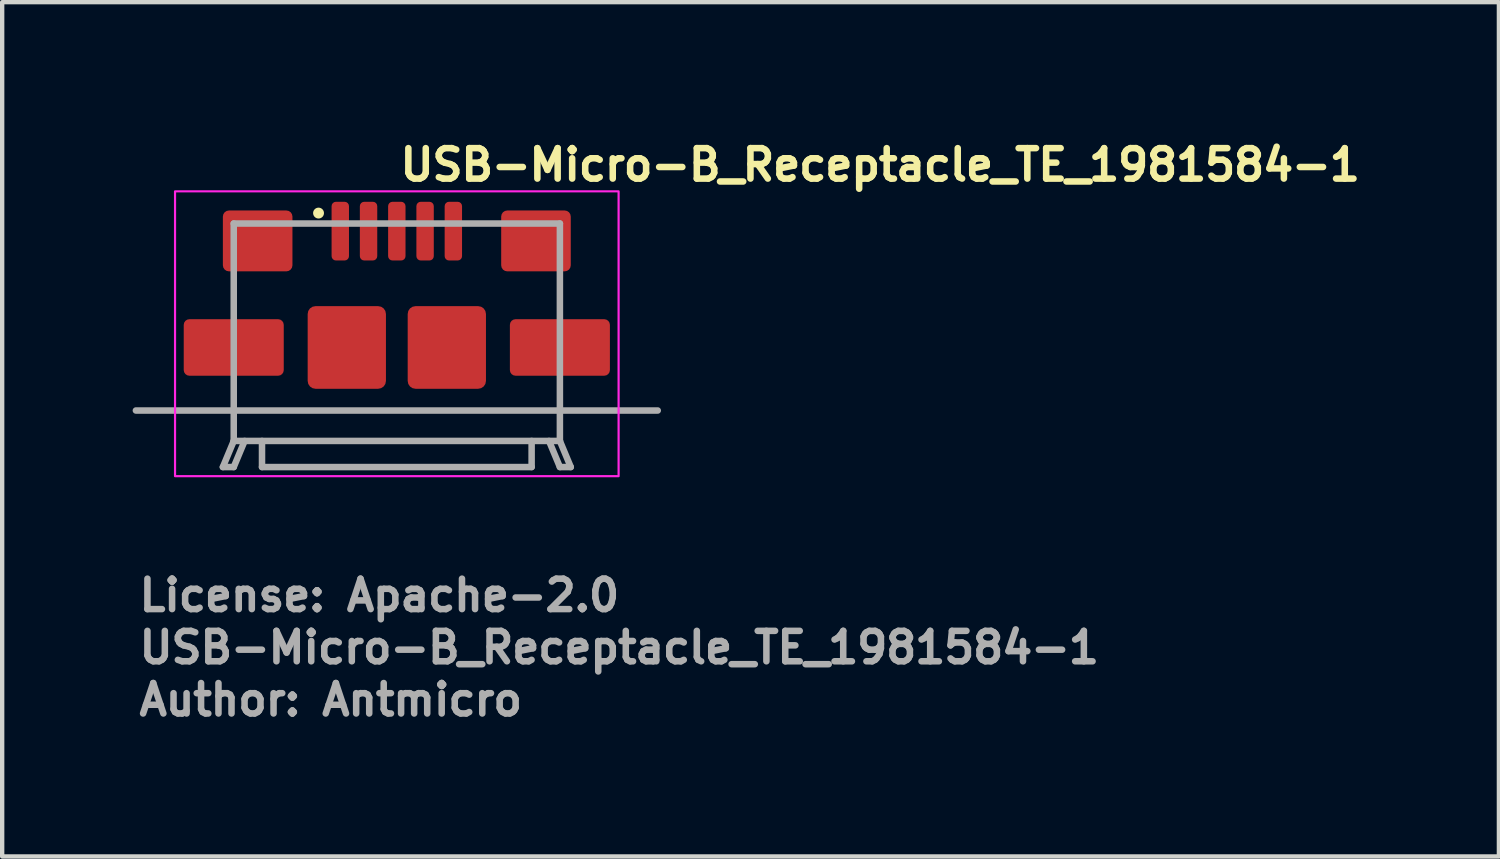
<source format=kicad_pcb>
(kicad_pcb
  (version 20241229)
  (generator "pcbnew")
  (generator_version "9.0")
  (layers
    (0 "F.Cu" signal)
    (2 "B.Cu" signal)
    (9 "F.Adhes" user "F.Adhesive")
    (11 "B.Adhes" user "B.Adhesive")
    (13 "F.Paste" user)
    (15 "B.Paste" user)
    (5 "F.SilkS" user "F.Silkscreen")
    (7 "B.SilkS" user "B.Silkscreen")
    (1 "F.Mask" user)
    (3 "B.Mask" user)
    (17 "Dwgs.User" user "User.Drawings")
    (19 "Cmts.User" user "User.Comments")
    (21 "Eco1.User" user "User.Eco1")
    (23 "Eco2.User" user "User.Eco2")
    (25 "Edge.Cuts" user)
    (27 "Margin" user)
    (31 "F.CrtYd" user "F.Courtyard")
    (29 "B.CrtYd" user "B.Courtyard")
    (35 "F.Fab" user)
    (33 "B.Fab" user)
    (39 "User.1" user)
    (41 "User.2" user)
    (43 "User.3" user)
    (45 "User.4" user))
  (footprint "USB-Micro-B_Receptacle_TE_1981584-1"
    (layer "F.Cu")
    (at 6.075 4.85)
    (property "Reference" "USB-Micro-B_Receptacle_TE_1981584-1" (at 0 -3.7 0) (layer "F.SilkS") (effects (font (size 0.7 0.7) (thickness 0.15)) (justify left bottom)))
    (attr smd)
    (fp_circle (center -1.8 -3) (end -1.75 -3) (stroke (width 0.15) (type solid)) (fill yes) (layer "F.SilkS"))
    (fp_rect (start -5.1 -3.5) (end 5.1 3.05) (stroke (width 0.05) (type solid)) (fill no) (layer "F.CrtYd"))
    (fp_line (start -6 1.54) (end 6 1.54) (stroke (width 0.15) (type solid)) (layer "F.Fab"))
    (fp_line (start -4 2.84) (end -3.75 2.84) (stroke (width 0.15) (type solid)) (layer "F.Fab"))
    (fp_line (start -3.75 -2.76) (end 3.75 -2.76) (stroke (width 0.15) (type solid)) (layer "F.Fab"))
    (fp_line (start -3.75 2.24) (end -4 2.84) (stroke (width 0.15) (type solid)) (layer "F.Fab"))
    (fp_line (start -3.75 2.24) (end -3.75 -2.76) (stroke (width 0.15) (type solid)) (layer "F.Fab"))
    (fp_line (start -3.75 2.84) (end -3.5 2.24) (stroke (width 0.15) (type solid)) (layer "F.Fab"))
    (fp_line (start -3.1 2.24) (end -3.1 2.84) (stroke (width 0.15) (type solid)) (layer "F.Fab"))
    (fp_line (start -3.1 2.84) (end 3.1 2.84) (stroke (width 0.15) (type solid)) (layer "F.Fab"))
    (fp_line (start 3.1 2.84) (end 3.1 2.24) (stroke (width 0.15) (type solid)) (layer "F.Fab"))
    (fp_line (start 3.75 -2.76) (end 3.75 2.24) (stroke (width 0.15) (type solid)) (layer "F.Fab"))
    (fp_line (start 3.75 2.24) (end -3.75 2.24) (stroke (width 0.15) (type solid)) (layer "F.Fab"))
    (fp_line (start 3.75 2.24) (end 4 2.84) (stroke (width 0.15) (type solid)) (layer "F.Fab"))
    (fp_line (start 3.75 2.84) (end 3.5 2.24) (stroke (width 0.15) (type solid)) (layer "F.Fab"))
    (fp_line (start 4 2.84) (end 3.75 2.84) (stroke (width 0.15) (type solid)) (layer "F.Fab"))
    (fp_rect (start -4.4 -2.8) (end 4.4 2.8) (stroke (width 0.1) (type solid)) (fill no) (layer "User.5"))
    (fp_line (start -4.4 -0.2) (end -4.4 0.3) (stroke (width 0.02) (type solid)) (layer "User.9"))
    (fp_line (start -4.4 0.3) (end -4.396 0.339) (stroke (width 0.02) (type solid)) (layer "User.9"))
    (fp_line (start -4.396 -0.239) (end -4.4 -0.2) (stroke (width 0.02) (type solid)) (layer "User.9"))
    (fp_line (start -4.396 0.339) (end -4.385 0.377) (stroke (width 0.02) (type solid)) (layer "User.9"))
    (fp_line (start -4.385 -0.277) (end -4.396 -0.239) (stroke (width 0.02) (type solid)) (layer "User.9"))
    (fp_line (start -4.385 0.377) (end -4.366 0.411) (stroke (width 0.02) (type solid)) (layer "User.9"))
    (fp_line (start -4.366 -0.311) (end -4.385 -0.277) (stroke (width 0.02) (type solid)) (layer "User.9"))
    (fp_line (start -4.366 0.411) (end -4.341 0.441) (stroke (width 0.02) (type solid)) (layer "User.9"))
    (fp_line (start -4.341 -0.341) (end -4.366 -0.311) (stroke (width 0.02) (type solid)) (layer "User.9"))
    (fp_line (start -4.341 0.441) (end -4.311 0.466) (stroke (width 0.02) (type solid)) (layer "User.9"))
    (fp_line (start -4.311 -0.366) (end -4.341 -0.341) (stroke (width 0.02) (type solid)) (layer "User.9"))
    (fp_line (start -4.311 0.466) (end -4.277 0.485) (stroke (width 0.02) (type solid)) (layer "User.9"))
    (fp_line (start -4.277 -0.385) (end -4.311 -0.366) (stroke (width 0.02) (type solid)) (layer "User.9"))
    (fp_line (start -4.277 0.485) (end -4.239 0.496) (stroke (width 0.02) (type solid)) (layer "User.9"))
    (fp_line (start -4.239 -0.396) (end -4.277 -0.385) (stroke (width 0.02) (type solid)) (layer "User.9"))
    (fp_line (start -4.239 0.496) (end -4.2 0.5) (stroke (width 0.02) (type solid)) (layer "User.9"))
    (fp_line (start -4.2 -0.4) (end -4.239 -0.396) (stroke (width 0.02) (type solid)) (layer "User.9"))
    (fp_line (start -4 2.589) (end -3.777 2.79) (stroke (width 0.02) (type solid)) (layer "User.9"))
    (fp_line (start -3.777 2.79) (end -3.527 2.512) (stroke (width 0.02) (type solid)) (layer "User.9"))
    (fp_line (start -3.75 -2.8) (end -3.75 2.2) (stroke (width 0.02) (type solid)) (layer "User.9"))
    (fp_line (start -3.75 -2.8) (end -3.747 -2.8) (stroke (width 0.02) (type solid)) (layer "User.9"))
    (fp_line (start -3.75 -0.4) (end -4.2 -0.4) (stroke (width 0.02) (type solid)) (layer "User.9"))
    (fp_line (start -3.75 0.5) (end -4.2 0.5) (stroke (width 0.02) (type solid)) (layer "User.9"))
    (fp_line (start -3.75 2.2) (end -3.75 2.312) (stroke (width 0.02) (type solid)) (layer "User.9"))
    (fp_line (start -3.75 2.2) (end -3.747 2.2) (stroke (width 0.02) (type solid)) (layer "User.9"))
    (fp_line (start -3.75 2.312) (end -4 2.589) (stroke (width 0.02) (type solid)) (layer "User.9"))
    (fp_line (start -3.747 -2.8) (end -3.737 -2.8) (stroke (width 0.02) (type solid)) (layer "User.9"))
    (fp_line (start -3.747 2.2) (end -3.737 2.2) (stroke (width 0.02) (type solid)) (layer "User.9"))
    (fp_line (start -3.737 -2.8) (end -3.722 -2.8) (stroke (width 0.02) (type solid)) (layer "User.9"))
    (fp_line (start -3.737 2.2) (end -3.722 2.2) (stroke (width 0.02) (type solid)) (layer "User.9"))
    (fp_line (start -3.722 -2.8) (end -3.7 -2.8) (stroke (width 0.02) (type solid)) (layer "User.9"))
    (fp_line (start -3.722 2.2) (end -3.7 2.2) (stroke (width 0.02) (type solid)) (layer "User.9"))
    (fp_line (start -3.7 -2.8) (end -3.673 -2.8) (stroke (width 0.02) (type solid)) (layer "User.9"))
    (fp_line (start -3.7 2.2) (end -3.673 2.2) (stroke (width 0.02) (type solid)) (layer "User.9"))
    (fp_line (start -3.673 -2.8) (end -3.641 -2.8) (stroke (width 0.02) (type solid)) (layer "User.9"))
    (fp_line (start -3.673 2.2) (end -3.641 2.2) (stroke (width 0.02) (type solid)) (layer "User.9"))
    (fp_line (start -3.641 -2.8) (end -3.604 -2.8) (stroke (width 0.02) (type solid)) (layer "User.9"))
    (fp_line (start -3.641 2.2) (end -3.604 2.2) (stroke (width 0.02) (type solid)) (layer "User.9"))
    (fp_line (start -3.604 -2.8) (end -3.562 -2.8) (stroke (width 0.02) (type solid)) (layer "User.9"))
    (fp_line (start -3.604 2.2) (end -3.562 2.2) (stroke (width 0.02) (type solid)) (layer "User.9"))
    (fp_line (start -3.562 -2.8) (end -3.516 -2.8) (stroke (width 0.02) (type solid)) (layer "User.9"))
    (fp_line (start -3.562 2.2) (end -3.516 2.2) (stroke (width 0.02) (type solid)) (layer "User.9"))
    (fp_line (start -3.527 2.512) (end -3.5 2.478) (stroke (width 0.02) (type solid)) (layer "User.9"))
    (fp_line (start -3.516 -2.8) (end -3.467 -2.8) (stroke (width 0.02) (type solid)) (layer "User.9"))
    (fp_line (start -3.516 2.2) (end -3.467 2.2) (stroke (width 0.02) (type solid)) (layer "User.9"))
    (fp_line (start -3.5 2.478) (end -3.479 2.439) (stroke (width 0.02) (type solid)) (layer "User.9"))
    (fp_line (start -3.479 2.439) (end -3.463 2.398) (stroke (width 0.02) (type solid)) (layer "User.9"))
    (fp_line (start -3.467 -2.8) (end -3.415 -2.8) (stroke (width 0.02) (type solid)) (layer "User.9"))
    (fp_line (start -3.467 2.2) (end -3.415 2.2) (stroke (width 0.02) (type solid)) (layer "User.9"))
    (fp_line (start -3.463 2.398) (end -3.453 2.355) (stroke (width 0.02) (type solid)) (layer "User.9"))
    (fp_line (start -3.453 2.355) (end -3.45 2.312) (stroke (width 0.02) (type solid)) (layer "User.9"))
    (fp_line (start -3.45 2.312) (end -3.45 2.2) (stroke (width 0.02) (type solid)) (layer "User.9"))
    (fp_line (start -3.415 -2.8) (end -3.361 -2.8) (stroke (width 0.02) (type solid)) (layer "User.9"))
    (fp_line (start -3.415 2.2) (end -3.361 2.2) (stroke (width 0.02) (type solid)) (layer "User.9"))
    (fp_line (start -3.361 -2.8) (end -3.306 -2.8) (stroke (width 0.02) (type solid)) (layer "User.9"))
    (fp_line (start -3.361 2.2) (end -3.306 2.2) (stroke (width 0.02) (type solid)) (layer "User.9"))
    (fp_line (start -3.306 -2.8) (end -3.25 -2.8) (stroke (width 0.02) (type solid)) (layer "User.9"))
    (fp_line (start -3.306 2.2) (end -3.25 2.2) (stroke (width 0.02) (type solid)) (layer "User.9"))
    (fp_line (start -3.25 -2.8) (end -3.25 2.2) (stroke (width 0.02) (type solid)) (layer "User.9"))
    (fp_line (start -3.25 -2.8) (end -2.849 -2.8) (stroke (width 0.02) (type solid)) (layer "User.9"))
    (fp_line (start -3.25 2.2) (end -3.1 2.2) (stroke (width 0.02) (type solid)) (layer "User.9"))
    (fp_line (start -3.15 -2) (end -3.15 -1.7) (stroke (width 0.02) (type solid)) (layer "User.9"))
    (fp_line (start -3.15 -1.7) (end -1.175 -1.7) (stroke (width 0.02) (type solid)) (layer "User.9"))
    (fp_line (start -3.1 2.2) (end -3.1 2.266) (stroke (width 0.02) (type solid)) (layer "User.9"))
    (fp_line (start -3.1 2.266) (end -3.1 2.599) (stroke (width 0.02) (type solid)) (layer "User.9"))
    (fp_line (start -3.1 2.266) (end 3.1 2.266) (stroke (width 0.02) (type solid)) (layer "User.9"))
    (fp_line (start -3.1 2.599) (end -3.1 2.8) (stroke (width 0.02) (type solid)) (layer "User.9"))
    (fp_line (start -3.1 2.599) (end 3.1 2.599) (stroke (width 0.02) (type solid)) (layer "User.9"))
    (fp_line (start -3.1 2.8) (end 3.1 2.8) (stroke (width 0.02) (type solid)) (layer "User.9"))
    (fp_line (start -2.849 -2.8) (end -2.843 -2.8) (stroke (width 0.02) (type solid)) (layer "User.9"))
    (fp_line (start -2.849 -2) (end -3.15 -2) (stroke (width 0.02) (type solid)) (layer "User.9"))
    (fp_line (start -2.849 -2) (end -2.849 -2.8) (stroke (width 0.02) (type solid)) (layer "User.9"))
    (fp_line (start -2.845 1.15) (end -2.842 1.176) (stroke (width 0.02) (type solid)) (layer "User.9"))
    (fp_line (start -2.843 -2.8) (end -2.837 -2.8) (stroke (width 0.02) (type solid)) (layer "User.9"))
    (fp_line (start -2.843 -2) (end -2.849 -2) (stroke (width 0.02) (type solid)) (layer "User.9"))
    (fp_line (start -2.842 1.124) (end -2.845 1.15) (stroke (width 0.02) (type solid)) (layer "User.9"))
    (fp_line (start -2.842 1.176) (end -2.832 1.2) (stroke (width 0.02) (type solid)) (layer "User.9"))
    (fp_line (start -2.837 -2.8) (end -2.832 -2.8) (stroke (width 0.02) (type solid)) (layer "User.9"))
    (fp_line (start -2.837 -2) (end -2.843 -2) (stroke (width 0.02) (type solid)) (layer "User.9"))
    (fp_line (start -2.832 -2.8) (end -2.826 -2.8) (stroke (width 0.02) (type solid)) (layer "User.9"))
    (fp_line (start -2.832 -2) (end -2.837 -2) (stroke (width 0.02) (type solid)) (layer "User.9"))
    (fp_line (start -2.832 1.1) (end -2.842 1.124) (stroke (width 0.02) (type solid)) (layer "User.9"))
    (fp_line (start -2.832 1.2) (end -2.816 1.221) (stroke (width 0.02) (type solid)) (layer "User.9"))
    (fp_line (start -2.826 -2.8) (end -2.82 -2.8) (stroke (width 0.02) (type solid)) (layer "User.9"))
    (fp_line (start -2.826 -2) (end -2.832 -2) (stroke (width 0.02) (type solid)) (layer "User.9"))
    (fp_line (start -2.82 -2.8) (end -2.814 -2.8) (stroke (width 0.02) (type solid)) (layer "User.9"))
    (fp_line (start -2.82 -2) (end -2.826 -2) (stroke (width 0.02) (type solid)) (layer "User.9"))
    (fp_line (start -2.816 1.221) (end -2.795 1.237) (stroke (width 0.02) (type solid)) (layer "User.9"))
    (fp_line (start -2.814 -2.8) (end -2.809 -2.8) (stroke (width 0.02) (type solid)) (layer "User.9"))
    (fp_line (start -2.814 -2) (end -2.82 -2) (stroke (width 0.02) (type solid)) (layer "User.9"))
    (fp_line (start -2.809 -2.8) (end -2.803 -2.8) (stroke (width 0.02) (type solid)) (layer "User.9"))
    (fp_line (start -2.809 -2) (end -2.814 -2) (stroke (width 0.02) (type solid)) (layer "User.9"))
    (fp_line (start -2.803 -2.8) (end -2.798 -2.8) (stroke (width 0.02) (type solid)) (layer "User.9"))
    (fp_line (start -2.803 -2) (end -2.809 -2) (stroke (width 0.02) (type solid)) (layer "User.9"))
    (fp_line (start -2.798 -2.8) (end -2.793 -2.8) (stroke (width 0.02) (type solid)) (layer "User.9"))
    (fp_line (start -2.798 -2) (end -2.803 -2) (stroke (width 0.02) (type solid)) (layer "User.9"))
    (fp_line (start -2.795 1.237) (end -2.771 1.247) (stroke (width 0.02) (type solid)) (layer "User.9"))
    (fp_line (start -2.793 -2.8) (end -2.788 -2.8) (stroke (width 0.02) (type solid)) (layer "User.9"))
    (fp_line (start -2.793 -2) (end -2.798 -2) (stroke (width 0.02) (type solid)) (layer "User.9"))
    (fp_line (start -2.788 -2.8) (end -2.784 -2.8) (stroke (width 0.02) (type solid)) (layer "User.9"))
    (fp_line (start -2.788 -2) (end -2.793 -2) (stroke (width 0.02) (type solid)) (layer "User.9"))
    (fp_line (start -2.784 -2.8) (end -2.779 -2.8) (stroke (width 0.02) (type solid)) (layer "User.9"))
    (fp_line (start -2.784 -2) (end -2.788 -2) (stroke (width 0.02) (type solid)) (layer "User.9"))
    (fp_line (start -2.779 -2.8) (end -2.775 -2.8) (stroke (width 0.02) (type solid)) (layer "User.9"))
    (fp_line (start -2.779 -2) (end -2.784 -2) (stroke (width 0.02) (type solid)) (layer "User.9"))
    (fp_line (start -2.775 -2.8) (end -2 -2.8) (stroke (width 0.02) (type solid)) (layer "User.9"))
    (fp_line (start -2.775 -2) (end -2.779 -2) (stroke (width 0.02) (type solid)) (layer "User.9"))
    (fp_line (start -2.775 -2) (end -2.775 -2.8) (stroke (width 0.02) (type solid)) (layer "User.9"))
    (fp_line (start -2.775 -2) (end -2.534 -2) (stroke (width 0.02) (type solid)) (layer "User.9"))
    (fp_line (start -2.771 1.247) (end -2.745 1.25) (stroke (width 0.02) (type solid)) (layer "User.9"))
    (fp_line (start -2.745 -0.25) (end -2.745 0.95) (stroke (width 0.02) (type solid)) (layer "User.9"))
    (fp_line (start -2.745 0.8) (end -2.69 0.8) (stroke (width 0.02) (type solid)) (layer "User.9"))
    (fp_line (start -2.745 0.95) (end -2.832 1.1) (stroke (width 0.02) (type solid)) (layer "User.9"))
    (fp_line (start -2.745 1.596) (end -2.745 1.25) (stroke (width 0.02) (type solid)) (layer "User.9"))
    (fp_line (start -2.745 1.706) (end -2.745 1.596) (stroke (width 0.02) (type solid)) (layer "User.9"))
    (fp_line (start -2.69 0.5) (end -2.745 0.5) (stroke (width 0.02) (type solid)) (layer "User.9"))
    (fp_line (start -2.69 0.5) (end -2.69 0.8) (stroke (width 0.02) (type solid)) (layer "User.9"))
    (fp_line (start -2.534 -2.05) (end -2.534 -2) (stroke (width 0.02) (type solid)) (layer "User.9"))
    (fp_line (start -2.534 -2.05) (end -1.175 -2.05) (stroke (width 0.02) (type solid)) (layer "User.9"))
    (fp_line (start -2.005 -0.25) (end -2.745 -0.25) (stroke (width 0.02) (type solid)) (layer "User.9"))
    (fp_line (start -2.005 0.95) (end -2.005 -0.25) (stroke (width 0.02) (type solid)) (layer "User.9"))
    (fp_line (start -2.005 1.25) (end -2.745 1.25) (stroke (width 0.02) (type solid)) (layer "User.9"))
    (fp_line (start -2.005 1.25) (end -1.979 1.247) (stroke (width 0.02) (type solid)) (layer "User.9"))
    (fp_line (start -2.005 1.596) (end -2.745 1.596) (stroke (width 0.02) (type solid)) (layer "User.9"))
    (fp_line (start -2.005 1.596) (end -2.005 1.25) (stroke (width 0.02) (type solid)) (layer "User.9"))
    (fp_line (start -2.005 1.706) (end -2.745 1.706) (stroke (width 0.02) (type solid)) (layer "User.9"))
    (fp_line (start -2.005 1.706) (end -2.005 1.596) (stroke (width 0.02) (type solid)) (layer "User.9"))
    (fp_line (start -2 -2.8) (end -2 -2.05) (stroke (width 0.02) (type solid)) (layer "User.9"))
    (fp_line (start -1.979 1.247) (end -1.955 1.237) (stroke (width 0.02) (type solid)) (layer "User.9"))
    (fp_line (start -1.955 1.237) (end -1.934 1.221) (stroke (width 0.02) (type solid)) (layer "User.9"))
    (fp_line (start -1.934 1.221) (end -1.918 1.2) (stroke (width 0.02) (type solid)) (layer "User.9"))
    (fp_line (start -1.918 1.1) (end -2.005 0.95) (stroke (width 0.02) (type solid)) (layer "User.9"))
    (fp_line (start -1.918 1.2) (end -1.908 1.176) (stroke (width 0.02) (type solid)) (layer "User.9"))
    (fp_line (start -1.908 1.124) (end -1.918 1.1) (stroke (width 0.02) (type solid)) (layer "User.9"))
    (fp_line (start -1.908 1.176) (end -1.905 1.15) (stroke (width 0.02) (type solid)) (layer "User.9"))
    (fp_line (start -1.905 1.15) (end -1.908 1.124) (stroke (width 0.02) (type solid)) (layer "User.9"))
    (fp_line (start -1.9 -2.8) (end -1.9 -2.5) (stroke (width 0.02) (type solid)) (layer "User.9"))
    (fp_line (start -1.9 -2.8) (end -1.175 -2.8) (stroke (width 0.02) (type solid)) (layer "User.9"))
    (fp_line (start -1.9 -2.5) (end -1.175 -2.5) (stroke (width 0.02) (type solid)) (layer "User.9"))
    (fp_line (start -1.425 -2.5) (end -1.425 -2.3) (stroke (width 0.02) (type solid)) (layer "User.9"))
    (fp_line (start -1.425 -2.3) (end -1.425 -2.289) (stroke (width 0.02) (type solid)) (layer "User.9"))
    (fp_line (start -1.425 -2.3) (end -1.175 -2.3) (stroke (width 0.02) (type solid)) (layer "User.9"))
    (fp_line (start -1.425 -2.289) (end -1.425 -2.278) (stroke (width 0.02) (type solid)) (layer "User.9"))
    (fp_line (start -1.425 -2.278) (end -1.425 -2.267) (stroke (width 0.02) (type solid)) (layer "User.9"))
    (fp_line (start -1.425 -2.267) (end -1.425 -2.257) (stroke (width 0.02) (type solid)) (layer "User.9"))
    (fp_line (start -1.425 -2.257) (end -1.425 -2.247) (stroke (width 0.02) (type solid)) (layer "User.9"))
    (fp_line (start -1.425 -2.247) (end -1.425 -2.238) (stroke (width 0.02) (type solid)) (layer "User.9"))
    (fp_line (start -1.425 -2.238) (end -1.425 -2.229) (stroke (width 0.02) (type solid)) (layer "User.9"))
    (fp_line (start -1.425 -2.229) (end -1.425 -2.222) (stroke (width 0.02) (type solid)) (layer "User.9"))
    (fp_line (start -1.425 -2.222) (end -1.425 -2.215) (stroke (width 0.02) (type solid)) (layer "User.9"))
    (fp_line (start -1.425 -2.215) (end -1.425 -2.21) (stroke (width 0.02) (type solid)) (layer "User.9"))
    (fp_line (start -1.425 -2.21) (end -1.425 -2.206) (stroke (width 0.02) (type solid)) (layer "User.9"))
    (fp_line (start -1.425 -2.206) (end -1.425 -2.203) (stroke (width 0.02) (type solid)) (layer "User.9"))
    (fp_line (start -1.425 -2.203) (end -1.425 -2.201) (stroke (width 0.02) (type solid)) (layer "User.9"))
    (fp_line (start -1.425 -2.201) (end -1.425 -2.2) (stroke (width 0.02) (type solid)) (layer "User.9"))
    (fp_line (start -1.425 -2.2) (end -1.425 -2.199) (stroke (width 0.02) (type solid)) (layer "User.9"))
    (fp_line (start -1.425 -2.2) (end -1.175 -2.2) (stroke (width 0.02) (type solid)) (layer "User.9"))
    (fp_line (start -1.425 -2.199) (end -1.425 -2.197) (stroke (width 0.02) (type solid)) (layer "User.9"))
    (fp_line (start -1.425 -2.197) (end -1.425 -2.192) (stroke (width 0.02) (type solid)) (layer "User.9"))
    (fp_line (start -1.425 -2.192) (end -1.425 -2.186) (stroke (width 0.02) (type solid)) (layer "User.9"))
    (fp_line (start -1.425 -2.186) (end -1.425 -2.179) (stroke (width 0.02) (type solid)) (layer "User.9"))
    (fp_line (start -1.425 -2.179) (end -1.425 -2.17) (stroke (width 0.02) (type solid)) (layer "User.9"))
    (fp_line (start -1.425 -2.17) (end -1.425 -2.159) (stroke (width 0.02) (type solid)) (layer "User.9"))
    (fp_line (start -1.425 -2.159) (end -1.425 -2.147) (stroke (width 0.02) (type solid)) (layer "User.9"))
    (fp_line (start -1.425 -2.147) (end -1.425 -2.134) (stroke (width 0.02) (type solid)) (layer "User.9"))
    (fp_line (start -1.425 -2.134) (end -1.425 -2.119) (stroke (width 0.02) (type solid)) (layer "User.9"))
    (fp_line (start -1.425 -2.119) (end -1.425 -2.103) (stroke (width 0.02) (type solid)) (layer "User.9"))
    (fp_line (start -1.425 -2.103) (end -1.425 -2.086) (stroke (width 0.02) (type solid)) (layer "User.9"))
    (fp_line (start -1.425 -2.086) (end -1.425 -2.069) (stroke (width 0.02) (type solid)) (layer "User.9"))
    (fp_line (start -1.425 -2.069) (end -1.425 -2.05) (stroke (width 0.02) (type solid)) (layer "User.9"))
    (fp_line (start -1.175 -2.8) (end -0.775 -2.8) (stroke (width 0.02) (type solid)) (layer "User.9"))
    (fp_line (start -1.175 -2.799) (end -1.175 -2.8) (stroke (width 0.02) (type solid)) (layer "User.9"))
    (fp_line (start -1.175 -2.797) (end -1.175 -2.799) (stroke (width 0.02) (type solid)) (layer "User.9"))
    (fp_line (start -1.175 -2.794) (end -1.175 -2.797) (stroke (width 0.02) (type solid)) (layer "User.9"))
    (fp_line (start -1.175 -2.79) (end -1.175 -2.794) (stroke (width 0.02) (type solid)) (layer "User.9"))
    (fp_line (start -1.175 -2.785) (end -1.175 -2.79) (stroke (width 0.02) (type solid)) (layer "User.9"))
    (fp_line (start -1.175 -2.778) (end -1.175 -2.785) (stroke (width 0.02) (type solid)) (layer "User.9"))
    (fp_line (start -1.175 -2.771) (end -1.175 -2.778) (stroke (width 0.02) (type solid)) (layer "User.9"))
    (fp_line (start -1.175 -2.762) (end -1.175 -2.771) (stroke (width 0.02) (type solid)) (layer "User.9"))
    (fp_line (start -1.175 -2.753) (end -1.175 -2.762) (stroke (width 0.02) (type solid)) (layer "User.9"))
    (fp_line (start -1.175 -2.743) (end -1.175 -2.753) (stroke (width 0.02) (type solid)) (layer "User.9"))
    (fp_line (start -1.175 -2.733) (end -1.175 -2.743) (stroke (width 0.02) (type solid)) (layer "User.9"))
    (fp_line (start -1.175 -2.722) (end -1.175 -2.733) (stroke (width 0.02) (type solid)) (layer "User.9"))
    (fp_line (start -1.175 -2.711) (end -1.175 -2.722) (stroke (width 0.02) (type solid)) (layer "User.9"))
    (fp_line (start -1.175 -2.7) (end -1.175 -2.711) (stroke (width 0.02) (type solid)) (layer "User.9"))
    (fp_line (start -1.175 -2.7) (end -1.175 -1.7) (stroke (width 0.02) (type solid)) (layer "User.9"))
    (fp_line (start -1.175 -2.7) (end -0.775 -2.7) (stroke (width 0.02) (type solid)) (layer "User.9"))
    (fp_line (start -0.775 -2.8) (end -0.775 -2.799) (stroke (width 0.02) (type solid)) (layer "User.9"))
    (fp_line (start -0.775 -2.8) (end -0.774 -2.8) (stroke (width 0.02) (type solid)) (layer "User.9"))
    (fp_line (start -0.775 -2.799) (end -0.775 -2.797) (stroke (width 0.02) (type solid)) (layer "User.9"))
    (fp_line (start -0.775 -2.797) (end -0.775 -2.794) (stroke (width 0.02) (type solid)) (layer "User.9"))
    (fp_line (start -0.775 -2.794) (end -0.775 -2.79) (stroke (width 0.02) (type solid)) (layer "User.9"))
    (fp_line (start -0.775 -2.79) (end -0.775 -2.785) (stroke (width 0.02) (type solid)) (layer "User.9"))
    (fp_line (start -0.775 -2.785) (end -0.775 -2.778) (stroke (width 0.02) (type solid)) (layer "User.9"))
    (fp_line (start -0.775 -2.778) (end -0.775 -2.771) (stroke (width 0.02) (type solid)) (layer "User.9"))
    (fp_line (start -0.775 -2.771) (end -0.775 -2.762) (stroke (width 0.02) (type solid)) (layer "User.9"))
    (fp_line (start -0.775 -2.762) (end -0.775 -2.753) (stroke (width 0.02) (type solid)) (layer "User.9"))
    (fp_line (start -0.775 -2.753) (end -0.775 -2.743) (stroke (width 0.02) (type solid)) (layer "User.9"))
    (fp_line (start -0.775 -2.743) (end -0.775 -2.733) (stroke (width 0.02) (type solid)) (layer "User.9"))
    (fp_line (start -0.775 -2.733) (end -0.775 -2.722) (stroke (width 0.02) (type solid)) (layer "User.9"))
    (fp_line (start -0.775 -2.722) (end -0.775 -2.711) (stroke (width 0.02) (type solid)) (layer "User.9"))
    (fp_line (start -0.775 -2.711) (end -0.775 -2.7) (stroke (width 0.02) (type solid)) (layer "User.9"))
    (fp_line (start -0.775 -2.7) (end -0.775 -1.7) (stroke (width 0.02) (type solid)) (layer "User.9"))
    (fp_line (start -0.775 -2.3) (end -0.525 -2.3) (stroke (width 0.02) (type solid)) (layer "User.9"))
    (fp_line (start -0.775 -2.2) (end -0.525 -2.2) (stroke (width 0.02) (type solid)) (layer "User.9"))
    (fp_line (start -0.775 -1.7) (end 0.775 -1.7) (stroke (width 0.02) (type solid)) (layer "User.9"))
    (fp_line (start -0.774 -2.8) (end -0.772 -2.8) (stroke (width 0.02) (type solid)) (layer "User.9"))
    (fp_line (start -0.774 -2.5) (end -0.775 -2.5) (stroke (width 0.02) (type solid)) (layer "User.9"))
    (fp_line (start -0.772 -2.8) (end -0.769 -2.8) (stroke (width 0.02) (type solid)) (layer "User.9"))
    (fp_line (start -0.772 -2.5) (end -0.774 -2.5) (stroke (width 0.02) (type solid)) (layer "User.9"))
    (fp_line (start -0.769 -2.8) (end -0.765 -2.8) (stroke (width 0.02) (type solid)) (layer "User.9"))
    (fp_line (start -0.769 -2.5) (end -0.772 -2.5) (stroke (width 0.02) (type solid)) (layer "User.9"))
    (fp_line (start -0.765 -2.8) (end -0.76 -2.8) (stroke (width 0.02) (type solid)) (layer "User.9"))
    (fp_line (start -0.765 -2.5) (end -0.769 -2.5) (stroke (width 0.02) (type solid)) (layer "User.9"))
    (fp_line (start -0.76 -2.8) (end -0.753 -2.8) (stroke (width 0.02) (type solid)) (layer "User.9"))
    (fp_line (start -0.76 -2.5) (end -0.765 -2.5) (stroke (width 0.02) (type solid)) (layer "User.9"))
    (fp_line (start -0.753 -2.8) (end -0.746 -2.8) (stroke (width 0.02) (type solid)) (layer "User.9"))
    (fp_line (start -0.753 -2.5) (end -0.76 -2.5) (stroke (width 0.02) (type solid)) (layer "User.9"))
    (fp_line (start -0.746 -2.8) (end -0.737 -2.8) (stroke (width 0.02) (type solid)) (layer "User.9"))
    (fp_line (start -0.746 -2.5) (end -0.753 -2.5) (stroke (width 0.02) (type solid)) (layer "User.9"))
    (fp_line (start -0.737 -2.8) (end -0.728 -2.8) (stroke (width 0.02) (type solid)) (layer "User.9"))
    (fp_line (start -0.737 -2.5) (end -0.746 -2.5) (stroke (width 0.02) (type solid)) (layer "User.9"))
    (fp_line (start -0.728 -2.8) (end -0.718 -2.8) (stroke (width 0.02) (type solid)) (layer "User.9"))
    (fp_line (start -0.728 -2.5) (end -0.737 -2.5) (stroke (width 0.02) (type solid)) (layer "User.9"))
    (fp_line (start -0.718 -2.8) (end -0.708 -2.8) (stroke (width 0.02) (type solid)) (layer "User.9"))
    (fp_line (start -0.718 -2.5) (end -0.728 -2.5) (stroke (width 0.02) (type solid)) (layer "User.9"))
    (fp_line (start -0.708 -2.8) (end -0.697 -2.8) (stroke (width 0.02) (type solid)) (layer "User.9"))
    (fp_line (start -0.708 -2.5) (end -0.718 -2.5) (stroke (width 0.02) (type solid)) (layer "User.9"))
    (fp_line (start -0.697 -2.8) (end -0.686 -2.8) (stroke (width 0.02) (type solid)) (layer "User.9"))
    (fp_line (start -0.697 -2.5) (end -0.708 -2.5) (stroke (width 0.02) (type solid)) (layer "User.9"))
    (fp_line (start -0.686 -2.8) (end -0.675 -2.8) (stroke (width 0.02) (type solid)) (layer "User.9"))
    (fp_line (start -0.686 -2.5) (end -0.697 -2.5) (stroke (width 0.02) (type solid)) (layer "User.9"))
    (fp_line (start -0.675 -2.8) (end 0.675 -2.8) (stroke (width 0.02) (type solid)) (layer "User.9"))
    (fp_line (start -0.675 -2.5) (end -0.686 -2.5) (stroke (width 0.02) (type solid)) (layer "User.9"))
    (fp_line (start -0.675 -2.5) (end -0.675 -2.8) (stroke (width 0.02) (type solid)) (layer "User.9"))
    (fp_line (start -0.675 -2.5) (end 0.675 -2.5) (stroke (width 0.02) (type solid)) (layer "User.9"))
    (fp_line (start -0.525 -2.5) (end -0.525 -2.3) (stroke (width 0.02) (type solid)) (layer "User.9"))
    (fp_line (start -0.525 -2.3) (end -0.525 -2.289) (stroke (width 0.02) (type solid)) (layer "User.9"))
    (fp_line (start -0.525 -2.289) (end -0.525 -2.278) (stroke (width 0.02) (type solid)) (layer "User.9"))
    (fp_line (start -0.525 -2.278) (end -0.525 -2.267) (stroke (width 0.02) (type solid)) (layer "User.9"))
    (fp_line (start -0.525 -2.267) (end -0.525 -2.257) (stroke (width 0.02) (type solid)) (layer "User.9"))
    (fp_line (start -0.525 -2.257) (end -0.525 -2.247) (stroke (width 0.02) (type solid)) (layer "User.9"))
    (fp_line (start -0.525 -2.247) (end -0.525 -2.238) (stroke (width 0.02) (type solid)) (layer "User.9"))
    (fp_line (start -0.525 -2.238) (end -0.525 -2.229) (stroke (width 0.02) (type solid)) (layer "User.9"))
    (fp_line (start -0.525 -2.229) (end -0.525 -2.222) (stroke (width 0.02) (type solid)) (layer "User.9"))
    (fp_line (start -0.525 -2.222) (end -0.525 -2.215) (stroke (width 0.02) (type solid)) (layer "User.9"))
    (fp_line (start -0.525 -2.215) (end -0.525 -2.21) (stroke (width 0.02) (type solid)) (layer "User.9"))
    (fp_line (start -0.525 -2.21) (end -0.525 -2.206) (stroke (width 0.02) (type solid)) (layer "User.9"))
    (fp_line (start -0.525 -2.206) (end -0.525 -2.203) (stroke (width 0.02) (type solid)) (layer "User.9"))
    (fp_line (start -0.525 -2.203) (end -0.525 -2.201) (stroke (width 0.02) (type solid)) (layer "User.9"))
    (fp_line (start -0.525 -2.201) (end -0.525 -2.2) (stroke (width 0.02) (type solid)) (layer "User.9"))
    (fp_line (start -0.525 -2.2) (end -0.525 -2.199) (stroke (width 0.02) (type solid)) (layer "User.9"))
    (fp_line (start -0.525 -2.199) (end -0.525 -2.197) (stroke (width 0.02) (type solid)) (layer "User.9"))
    (fp_line (start -0.525 -2.197) (end -0.525 -2.192) (stroke (width 0.02) (type solid)) (layer "User.9"))
    (fp_line (start -0.525 -2.192) (end -0.525 -2.186) (stroke (width 0.02) (type solid)) (layer "User.9"))
    (fp_line (start -0.525 -2.186) (end -0.525 -2.179) (stroke (width 0.02) (type solid)) (layer "User.9"))
    (fp_line (start -0.525 -2.179) (end -0.525 -2.17) (stroke (width 0.02) (type solid)) (layer "User.9"))
    (fp_line (start -0.525 -2.17) (end -0.525 -2.159) (stroke (width 0.02) (type solid)) (layer "User.9"))
    (fp_line (start -0.525 -2.159) (end -0.525 -2.147) (stroke (width 0.02) (type solid)) (layer "User.9"))
    (fp_line (start -0.525 -2.147) (end -0.525 -2.134) (stroke (width 0.02) (type solid)) (layer "User.9"))
    (fp_line (start -0.525 -2.134) (end -0.525 -2.119) (stroke (width 0.02) (type solid)) (layer "User.9"))
    (fp_line (start -0.525 -2.119) (end -0.525 -2.103) (stroke (width 0.02) (type solid)) (layer "User.9"))
    (fp_line (start -0.525 -2.103) (end -0.525 -2.086) (stroke (width 0.02) (type solid)) (layer "User.9"))
    (fp_line (start -0.525 -2.086) (end -0.525 -2.069) (stroke (width 0.02) (type solid)) (layer "User.9"))
    (fp_line (start -0.525 -2.069) (end -0.525 -2.05) (stroke (width 0.02) (type solid)) (layer "User.9"))
    (fp_line (start -0.125 -2.5) (end -0.125 -2.3) (stroke (width 0.02) (type solid)) (layer "User.9"))
    (fp_line (start -0.125 -2.3) (end -0.125 -2.289) (stroke (width 0.02) (type solid)) (layer "User.9"))
    (fp_line (start -0.125 -2.3) (end 0.125 -2.3) (stroke (width 0.02) (type solid)) (layer "User.9"))
    (fp_line (start -0.125 -2.289) (end -0.125 -2.278) (stroke (width 0.02) (type solid)) (layer "User.9"))
    (fp_line (start -0.125 -2.278) (end -0.125 -2.267) (stroke (width 0.02) (type solid)) (layer "User.9"))
    (fp_line (start -0.125 -2.267) (end -0.125 -2.257) (stroke (width 0.02) (type solid)) (layer "User.9"))
    (fp_line (start -0.125 -2.257) (end -0.125 -2.247) (stroke (width 0.02) (type solid)) (layer "User.9"))
    (fp_line (start -0.125 -2.247) (end -0.125 -2.238) (stroke (width 0.02) (type solid)) (layer "User.9"))
    (fp_line (start -0.125 -2.238) (end -0.125 -2.229) (stroke (width 0.02) (type solid)) (layer "User.9"))
    (fp_line (start -0.125 -2.229) (end -0.125 -2.222) (stroke (width 0.02) (type solid)) (layer "User.9"))
    (fp_line (start -0.125 -2.222) (end -0.125 -2.215) (stroke (width 0.02) (type solid)) (layer "User.9"))
    (fp_line (start -0.125 -2.215) (end -0.125 -2.21) (stroke (width 0.02) (type solid)) (layer "User.9"))
    (fp_line (start -0.125 -2.21) (end -0.125 -2.206) (stroke (width 0.02) (type solid)) (layer "User.9"))
    (fp_line (start -0.125 -2.206) (end -0.125 -2.203) (stroke (width 0.02) (type solid)) (layer "User.9"))
    (fp_line (start -0.125 -2.203) (end -0.125 -2.201) (stroke (width 0.02) (type solid)) (layer "User.9"))
    (fp_line (start -0.125 -2.201) (end -0.125 -2.2) (stroke (width 0.02) (type solid)) (layer "User.9"))
    (fp_line (start -0.125 -2.2) (end -0.125 -2.199) (stroke (width 0.02) (type solid)) (layer "User.9"))
    (fp_line (start -0.125 -2.2) (end 0.125 -2.2) (stroke (width 0.02) (type solid)) (layer "User.9"))
    (fp_line (start -0.125 -2.199) (end -0.125 -2.197) (stroke (width 0.02) (type solid)) (layer "User.9"))
    (fp_line (start -0.125 -2.197) (end -0.125 -2.192) (stroke (width 0.02) (type solid)) (layer "User.9"))
    (fp_line (start -0.125 -2.192) (end -0.125 -2.186) (stroke (width 0.02) (type solid)) (layer "User.9"))
    (fp_line (start -0.125 -2.186) (end -0.125 -2.179) (stroke (width 0.02) (type solid)) (layer "User.9"))
    (fp_line (start -0.125 -2.179) (end -0.125 -2.17) (stroke (width 0.02) (type solid)) (layer "User.9"))
    (fp_line (start -0.125 -2.17) (end -0.125 -2.159) (stroke (width 0.02) (type solid)) (layer "User.9"))
    (fp_line (start -0.125 -2.159) (end -0.125 -2.147) (stroke (width 0.02) (type solid)) (layer "User.9"))
    (fp_line (start -0.125 -2.147) (end -0.125 -2.134) (stroke (width 0.02) (type solid)) (layer "User.9"))
    (fp_line (start -0.125 -2.134) (end -0.125 -2.119) (stroke (width 0.02) (type solid)) (layer "User.9"))
    (fp_line (start -0.125 -2.119) (end -0.125 -2.103) (stroke (width 0.02) (type solid)) (layer "User.9"))
    (fp_line (start -0.125 -2.103) (end -0.125 -2.086) (stroke (width 0.02) (type solid)) (layer "User.9"))
    (fp_line (start -0.125 -2.086) (end -0.125 -2.069) (stroke (width 0.02) (type solid)) (layer "User.9"))
    (fp_line (start -0.125 -2.069) (end -0.125 -2.05) (stroke (width 0.02) (type solid)) (layer "User.9"))
    (fp_line (start 0.125 -2.5) (end 0.125 -2.3) (stroke (width 0.02) (type solid)) (layer "User.9"))
    (fp_line (start 0.125 -2.3) (end 0.125 -2.289) (stroke (width 0.02) (type solid)) (layer "User.9"))
    (fp_line (start 0.125 -2.289) (end 0.125 -2.278) (stroke (width 0.02) (type solid)) (layer "User.9"))
    (fp_line (start 0.125 -2.278) (end 0.125 -2.267) (stroke (width 0.02) (type solid)) (layer "User.9"))
    (fp_line (start 0.125 -2.267) (end 0.125 -2.257) (stroke (width 0.02) (type solid)) (layer "User.9"))
    (fp_line (start 0.125 -2.257) (end 0.125 -2.247) (stroke (width 0.02) (type solid)) (layer "User.9"))
    (fp_line (start 0.125 -2.247) (end 0.125 -2.238) (stroke (width 0.02) (type solid)) (layer "User.9"))
    (fp_line (start 0.125 -2.238) (end 0.125 -2.229) (stroke (width 0.02) (type solid)) (layer "User.9"))
    (fp_line (start 0.125 -2.229) (end 0.125 -2.222) (stroke (width 0.02) (type solid)) (layer "User.9"))
    (fp_line (start 0.125 -2.222) (end 0.125 -2.215) (stroke (width 0.02) (type solid)) (layer "User.9"))
    (fp_line (start 0.125 -2.215) (end 0.125 -2.21) (stroke (width 0.02) (type solid)) (layer "User.9"))
    (fp_line (start 0.125 -2.21) (end 0.125 -2.206) (stroke (width 0.02) (type solid)) (layer "User.9"))
    (fp_line (start 0.125 -2.206) (end 0.125 -2.203) (stroke (width 0.02) (type solid)) (layer "User.9"))
    (fp_line (start 0.125 -2.203) (end 0.125 -2.201) (stroke (width 0.02) (type solid)) (layer "User.9"))
    (fp_line (start 0.125 -2.201) (end 0.125 -2.2) (stroke (width 0.02) (type solid)) (layer "User.9"))
    (fp_line (start 0.125 -2.2) (end 0.125 -2.199) (stroke (width 0.02) (type solid)) (layer "User.9"))
    (fp_line (start 0.125 -2.199) (end 0.125 -2.197) (stroke (width 0.02) (type solid)) (layer "User.9"))
    (fp_line (start 0.125 -2.197) (end 0.125 -2.192) (stroke (width 0.02) (type solid)) (layer "User.9"))
    (fp_line (start 0.125 -2.192) (end 0.125 -2.186) (stroke (width 0.02) (type solid)) (layer "User.9"))
    (fp_line (start 0.125 -2.186) (end 0.125 -2.179) (stroke (width 0.02) (type solid)) (layer "User.9"))
    (fp_line (start 0.125 -2.179) (end 0.125 -2.17) (stroke (width 0.02) (type solid)) (layer "User.9"))
    (fp_line (start 0.125 -2.17) (end 0.125 -2.159) (stroke (width 0.02) (type solid)) (layer "User.9"))
    (fp_line (start 0.125 -2.159) (end 0.125 -2.147) (stroke (width 0.02) (type solid)) (layer "User.9"))
    (fp_line (start 0.125 -2.147) (end 0.125 -2.134) (stroke (width 0.02) (type solid)) (layer "User.9"))
    (fp_line (start 0.125 -2.134) (end 0.125 -2.119) (stroke (width 0.02) (type solid)) (layer "User.9"))
    (fp_line (start 0.125 -2.119) (end 0.125 -2.103) (stroke (width 0.02) (type solid)) (layer "User.9"))
    (fp_line (start 0.125 -2.103) (end 0.125 -2.086) (stroke (width 0.02) (type solid)) (layer "User.9"))
    (fp_line (start 0.125 -2.086) (end 0.125 -2.069) (stroke (width 0.02) (type solid)) (layer "User.9"))
    (fp_line (start 0.125 -2.069) (end 0.125 -2.05) (stroke (width 0.02) (type solid)) (layer "User.9"))
    (fp_line (start 0.525 -2.5) (end 0.525 -2.3) (stroke (width 0.02) (type solid)) (layer "User.9"))
    (fp_line (start 0.525 -2.3) (end 0.525 -2.289) (stroke (width 0.02) (type solid)) (layer "User.9"))
    (fp_line (start 0.525 -2.3) (end 0.775 -2.3) (stroke (width 0.02) (type solid)) (layer "User.9"))
    (fp_line (start 0.525 -2.289) (end 0.525 -2.278) (stroke (width 0.02) (type solid)) (layer "User.9"))
    (fp_line (start 0.525 -2.278) (end 0.525 -2.267) (stroke (width 0.02) (type solid)) (layer "User.9"))
    (fp_line (start 0.525 -2.267) (end 0.525 -2.257) (stroke (width 0.02) (type solid)) (layer "User.9"))
    (fp_line (start 0.525 -2.257) (end 0.525 -2.247) (stroke (width 0.02) (type solid)) (layer "User.9"))
    (fp_line (start 0.525 -2.247) (end 0.525 -2.238) (stroke (width 0.02) (type solid)) (layer "User.9"))
    (fp_line (start 0.525 -2.238) (end 0.525 -2.229) (stroke (width 0.02) (type solid)) (layer "User.9"))
    (fp_line (start 0.525 -2.229) (end 0.525 -2.222) (stroke (width 0.02) (type solid)) (layer "User.9"))
    (fp_line (start 0.525 -2.222) (end 0.525 -2.215) (stroke (width 0.02) (type solid)) (layer "User.9"))
    (fp_line (start 0.525 -2.215) (end 0.525 -2.21) (stroke (width 0.02) (type solid)) (layer "User.9"))
    (fp_line (start 0.525 -2.21) (end 0.525 -2.206) (stroke (width 0.02) (type solid)) (layer "User.9"))
    (fp_line (start 0.525 -2.206) (end 0.525 -2.203) (stroke (width 0.02) (type solid)) (layer "User.9"))
    (fp_line (start 0.525 -2.203) (end 0.525 -2.201) (stroke (width 0.02) (type solid)) (layer "User.9"))
    (fp_line (start 0.525 -2.201) (end 0.525 -2.2) (stroke (width 0.02) (type solid)) (layer "User.9"))
    (fp_line (start 0.525 -2.2) (end 0.525 -2.199) (stroke (width 0.02) (type solid)) (layer "User.9"))
    (fp_line (start 0.525 -2.2) (end 0.775 -2.2) (stroke (width 0.02) (type solid)) (layer "User.9"))
    (fp_line (start 0.525 -2.199) (end 0.525 -2.197) (stroke (width 0.02) (type solid)) (layer "User.9"))
    (fp_line (start 0.525 -2.197) (end 0.525 -2.192) (stroke (width 0.02) (type solid)) (layer "User.9"))
    (fp_line (start 0.525 -2.192) (end 0.525 -2.186) (stroke (width 0.02) (type solid)) (layer "User.9"))
    (fp_line (start 0.525 -2.186) (end 0.525 -2.179) (stroke (width 0.02) (type solid)) (layer "User.9"))
    (fp_line (start 0.525 -2.179) (end 0.525 -2.17) (stroke (width 0.02) (type solid)) (layer "User.9"))
    (fp_line (start 0.525 -2.17) (end 0.525 -2.159) (stroke (width 0.02) (type solid)) (layer "User.9"))
    (fp_line (start 0.525 -2.159) (end 0.525 -2.147) (stroke (width 0.02) (type solid)) (layer "User.9"))
    (fp_line (start 0.525 -2.147) (end 0.525 -2.134) (stroke (width 0.02) (type solid)) (layer "User.9"))
    (fp_line (start 0.525 -2.134) (end 0.525 -2.119) (stroke (width 0.02) (type solid)) (layer "User.9"))
    (fp_line (start 0.525 -2.119) (end 0.525 -2.103) (stroke (width 0.02) (type solid)) (layer "User.9"))
    (fp_line (start 0.525 -2.103) (end 0.525 -2.086) (stroke (width 0.02) (type solid)) (layer "User.9"))
    (fp_line (start 0.525 -2.086) (end 0.525 -2.069) (stroke (width 0.02) (type solid)) (layer "User.9"))
    (fp_line (start 0.525 -2.069) (end 0.525 -2.05) (stroke (width 0.02) (type solid)) (layer "User.9"))
    (fp_line (start 0.675 -2.8) (end 0.686 -2.8) (stroke (width 0.02) (type solid)) (layer "User.9"))
    (fp_line (start 0.675 -2.5) (end 0.675 -2.8) (stroke (width 0.02) (type solid)) (layer "User.9"))
    (fp_line (start 0.686 -2.8) (end 0.697 -2.8) (stroke (width 0.02) (type solid)) (layer "User.9"))
    (fp_line (start 0.686 -2.5) (end 0.675 -2.5) (stroke (width 0.02) (type solid)) (layer "User.9"))
    (fp_line (start 0.697 -2.8) (end 0.708 -2.8) (stroke (width 0.02) (type solid)) (layer "User.9"))
    (fp_line (start 0.697 -2.5) (end 0.686 -2.5) (stroke (width 0.02) (type solid)) (layer "User.9"))
    (fp_line (start 0.708 -2.8) (end 0.718 -2.8) (stroke (width 0.02) (type solid)) (layer "User.9"))
    (fp_line (start 0.708 -2.5) (end 0.697 -2.5) (stroke (width 0.02) (type solid)) (layer "User.9"))
    (fp_line (start 0.718 -2.8) (end 0.728 -2.8) (stroke (width 0.02) (type solid)) (layer "User.9"))
    (fp_line (start 0.718 -2.5) (end 0.708 -2.5) (stroke (width 0.02) (type solid)) (layer "User.9"))
    (fp_line (start 0.728 -2.8) (end 0.737 -2.8) (stroke (width 0.02) (type solid)) (layer "User.9"))
    (fp_line (start 0.728 -2.5) (end 0.718 -2.5) (stroke (width 0.02) (type solid)) (layer "User.9"))
    (fp_line (start 0.737 -2.8) (end 0.746 -2.8) (stroke (width 0.02) (type solid)) (layer "User.9"))
    (fp_line (start 0.737 -2.5) (end 0.728 -2.5) (stroke (width 0.02) (type solid)) (layer "User.9"))
    (fp_line (start 0.746 -2.8) (end 0.753 -2.8) (stroke (width 0.02) (type solid)) (layer "User.9"))
    (fp_line (start 0.746 -2.5) (end 0.737 -2.5) (stroke (width 0.02) (type solid)) (layer "User.9"))
    (fp_line (start 0.753 -2.8) (end 0.76 -2.8) (stroke (width 0.02) (type solid)) (layer "User.9"))
    (fp_line (start 0.753 -2.5) (end 0.746 -2.5) (stroke (width 0.02) (type solid)) (layer "User.9"))
    (fp_line (start 0.76 -2.8) (end 0.765 -2.8) (stroke (width 0.02) (type solid)) (layer "User.9"))
    (fp_line (start 0.76 -2.5) (end 0.753 -2.5) (stroke (width 0.02) (type solid)) (layer "User.9"))
    (fp_line (start 0.765 -2.8) (end 0.769 -2.8) (stroke (width 0.02) (type solid)) (layer "User.9"))
    (fp_line (start 0.765 -2.5) (end 0.76 -2.5) (stroke (width 0.02) (type solid)) (layer "User.9"))
    (fp_line (start 0.769 -2.8) (end 0.772 -2.8) (stroke (width 0.02) (type solid)) (layer "User.9"))
    (fp_line (start 0.769 -2.5) (end 0.765 -2.5) (stroke (width 0.02) (type solid)) (layer "User.9"))
    (fp_line (start 0.772 -2.8) (end 0.774 -2.8) (stroke (width 0.02) (type solid)) (layer "User.9"))
    (fp_line (start 0.772 -2.5) (end 0.769 -2.5) (stroke (width 0.02) (type solid)) (layer "User.9"))
    (fp_line (start 0.774 -2.8) (end 0.775 -2.8) (stroke (width 0.02) (type solid)) (layer "User.9"))
    (fp_line (start 0.774 -2.5) (end 0.772 -2.5) (stroke (width 0.02) (type solid)) (layer "User.9"))
    (fp_line (start 0.775 -2.8) (end 1.175 -2.8) (stroke (width 0.02) (type solid)) (layer "User.9"))
    (fp_line (start 0.775 -2.799) (end 0.775 -2.8) (stroke (width 0.02) (type solid)) (layer "User.9"))
    (fp_line (start 0.775 -2.797) (end 0.775 -2.799) (stroke (width 0.02) (type solid)) (layer "User.9"))
    (fp_line (start 0.775 -2.794) (end 0.775 -2.797) (stroke (width 0.02) (type solid)) (layer "User.9"))
    (fp_line (start 0.775 -2.79) (end 0.775 -2.794) (stroke (width 0.02) (type solid)) (layer "User.9"))
    (fp_line (start 0.775 -2.785) (end 0.775 -2.79) (stroke (width 0.02) (type solid)) (layer "User.9"))
    (fp_line (start 0.775 -2.778) (end 0.775 -2.785) (stroke (width 0.02) (type solid)) (layer "User.9"))
    (fp_line (start 0.775 -2.771) (end 0.775 -2.778) (stroke (width 0.02) (type solid)) (layer "User.9"))
    (fp_line (start 0.775 -2.762) (end 0.775 -2.771) (stroke (width 0.02) (type solid)) (layer "User.9"))
    (fp_line (start 0.775 -2.753) (end 0.775 -2.762) (stroke (width 0.02) (type solid)) (layer "User.9"))
    (fp_line (start 0.775 -2.743) (end 0.775 -2.753) (stroke (width 0.02) (type solid)) (layer "User.9"))
    (fp_line (start 0.775 -2.733) (end 0.775 -2.743) (stroke (width 0.02) (type solid)) (layer "User.9"))
    (fp_line (start 0.775 -2.722) (end 0.775 -2.733) (stroke (width 0.02) (type solid)) (layer "User.9"))
    (fp_line (start 0.775 -2.711) (end 0.775 -2.722) (stroke (width 0.02) (type solid)) (layer "User.9"))
    (fp_line (start 0.775 -2.7) (end 0.775 -2.711) (stroke (width 0.02) (type solid)) (layer "User.9"))
    (fp_line (start 0.775 -2.7) (end 0.775 -1.7) (stroke (width 0.02) (type solid)) (layer "User.9"))
    (fp_line (start 0.775 -2.7) (end 1.175 -2.7) (stroke (width 0.02) (type solid)) (layer "User.9"))
    (fp_line (start 0.775 -2.5) (end 0.774 -2.5) (stroke (width 0.02) (type solid)) (layer "User.9"))
    (fp_line (start 0.775 -2.05) (end -0.775 -2.05) (stroke (width 0.02) (type solid)) (layer "User.9"))
    (fp_line (start 1.175 -2.8) (end 1.175 -2.799) (stroke (width 0.02) (type solid)) (layer "User.9"))
    (fp_line (start 1.175 -2.8) (end 1.9 -2.8) (stroke (width 0.02) (type solid)) (layer "User.9"))
    (fp_line (start 1.175 -2.799) (end 1.175 -2.797) (stroke (width 0.02) (type solid)) (layer "User.9"))
    (fp_line (start 1.175 -2.797) (end 1.175 -2.794) (stroke (width 0.02) (type solid)) (layer "User.9"))
    (fp_line (start 1.175 -2.794) (end 1.175 -2.79) (stroke (width 0.02) (type solid)) (layer "User.9"))
    (fp_line (start 1.175 -2.79) (end 1.175 -2.785) (stroke (width 0.02) (type solid)) (layer "User.9"))
    (fp_line (start 1.175 -2.785) (end 1.175 -2.778) (stroke (width 0.02) (type solid)) (layer "User.9"))
    (fp_line (start 1.175 -2.778) (end 1.175 -2.771) (stroke (width 0.02) (type solid)) (layer "User.9"))
    (fp_line (start 1.175 -2.771) (end 1.175 -2.762) (stroke (width 0.02) (type solid)) (layer "User.9"))
    (fp_line (start 1.175 -2.762) (end 1.175 -2.753) (stroke (width 0.02) (type solid)) (layer "User.9"))
    (fp_line (start 1.175 -2.753) (end 1.175 -2.743) (stroke (width 0.02) (type solid)) (layer "User.9"))
    (fp_line (start 1.175 -2.743) (end 1.175 -2.733) (stroke (width 0.02) (type solid)) (layer "User.9"))
    (fp_line (start 1.175 -2.733) (end 1.175 -2.722) (stroke (width 0.02) (type solid)) (layer "User.9"))
    (fp_line (start 1.175 -2.722) (end 1.175 -2.711) (stroke (width 0.02) (type solid)) (layer "User.9"))
    (fp_line (start 1.175 -2.711) (end 1.175 -2.7) (stroke (width 0.02) (type solid)) (layer "User.9"))
    (fp_line (start 1.175 -2.7) (end 1.175 -1.7) (stroke (width 0.02) (type solid)) (layer "User.9"))
    (fp_line (start 1.175 -2.5) (end 1.9 -2.5) (stroke (width 0.02) (type solid)) (layer "User.9"))
    (fp_line (start 1.175 -2.3) (end 1.425 -2.3) (stroke (width 0.02) (type solid)) (layer "User.9"))
    (fp_line (start 1.175 -2.2) (end 1.425 -2.2) (stroke (width 0.02) (type solid)) (layer "User.9"))
    (fp_line (start 1.175 -2.05) (end 2.534 -2.05) (stroke (width 0.02) (type solid)) (layer "User.9"))
    (fp_line (start 1.175 -1.7) (end 3.15 -1.7) (stroke (width 0.02) (type solid)) (layer "User.9"))
    (fp_line (start 1.425 -2.5) (end 1.425 -2.3) (stroke (width 0.02) (type solid)) (layer "User.9"))
    (fp_line (start 1.425 -2.3) (end 1.425 -2.289) (stroke (width 0.02) (type solid)) (layer "User.9"))
    (fp_line (start 1.425 -2.289) (end 1.425 -2.278) (stroke (width 0.02) (type solid)) (layer "User.9"))
    (fp_line (start 1.425 -2.278) (end 1.425 -2.267) (stroke (width 0.02) (type solid)) (layer "User.9"))
    (fp_line (start 1.425 -2.267) (end 1.425 -2.257) (stroke (width 0.02) (type solid)) (layer "User.9"))
    (fp_line (start 1.425 -2.257) (end 1.425 -2.247) (stroke (width 0.02) (type solid)) (layer "User.9"))
    (fp_line (start 1.425 -2.247) (end 1.425 -2.238) (stroke (width 0.02) (type solid)) (layer "User.9"))
    (fp_line (start 1.425 -2.238) (end 1.425 -2.229) (stroke (width 0.02) (type solid)) (layer "User.9"))
    (fp_line (start 1.425 -2.229) (end 1.425 -2.222) (stroke (width 0.02) (type solid)) (layer "User.9"))
    (fp_line (start 1.425 -2.222) (end 1.425 -2.215) (stroke (width 0.02) (type solid)) (layer "User.9"))
    (fp_line (start 1.425 -2.215) (end 1.425 -2.21) (stroke (width 0.02) (type solid)) (layer "User.9"))
    (fp_line (start 1.425 -2.21) (end 1.425 -2.206) (stroke (width 0.02) (type solid)) (layer "User.9"))
    (fp_line (start 1.425 -2.206) (end 1.425 -2.203) (stroke (width 0.02) (type solid)) (layer "User.9"))
    (fp_line (start 1.425 -2.203) (end 1.425 -2.201) (stroke (width 0.02) (type solid)) (layer "User.9"))
    (fp_line (start 1.425 -2.201) (end 1.425 -2.2) (stroke (width 0.02) (type solid)) (layer "User.9"))
    (fp_line (start 1.425 -2.2) (end 1.425 -2.199) (stroke (width 0.02) (type solid)) (layer "User.9"))
    (fp_line (start 1.425 -2.199) (end 1.425 -2.197) (stroke (width 0.02) (type solid)) (layer "User.9"))
    (fp_line (start 1.425 -2.197) (end 1.425 -2.192) (stroke (width 0.02) (type solid)) (layer "User.9"))
    (fp_line (start 1.425 -2.192) (end 1.425 -2.186) (stroke (width 0.02) (type solid)) (layer "User.9"))
    (fp_line (start 1.425 -2.186) (end 1.425 -2.179) (stroke (width 0.02) (type solid)) (layer "User.9"))
    (fp_line (start 1.425 -2.179) (end 1.425 -2.17) (stroke (width 0.02) (type solid)) (layer "User.9"))
    (fp_line (start 1.425 -2.17) (end 1.425 -2.159) (stroke (width 0.02) (type solid)) (layer "User.9"))
    (fp_line (start 1.425 -2.159) (end 1.425 -2.147) (stroke (width 0.02) (type solid)) (layer "User.9"))
    (fp_line (start 1.425 -2.147) (end 1.425 -2.134) (stroke (width 0.02) (type solid)) (layer "User.9"))
    (fp_line (start 1.425 -2.134) (end 1.425 -2.119) (stroke (width 0.02) (type solid)) (layer "User.9"))
    (fp_line (start 1.425 -2.119) (end 1.425 -2.103) (stroke (width 0.02) (type solid)) (layer "User.9"))
    (fp_line (start 1.425 -2.103) (end 1.425 -2.086) (stroke (width 0.02) (type solid)) (layer "User.9"))
    (fp_line (start 1.425 -2.086) (end 1.425 -2.069) (stroke (width 0.02) (type solid)) (layer "User.9"))
    (fp_line (start 1.425 -2.069) (end 1.425 -2.05) (stroke (width 0.02) (type solid)) (layer "User.9"))
    (fp_line (start 1.9 -2.8) (end 1.9 -2.5) (stroke (width 0.02) (type solid)) (layer "User.9"))
    (fp_line (start 1.905 1.15) (end 1.908 1.176) (stroke (width 0.02) (type solid)) (layer "User.9"))
    (fp_line (start 1.908 1.124) (end 1.905 1.15) (stroke (width 0.02) (type solid)) (layer "User.9"))
    (fp_line (start 1.908 1.176) (end 1.918 1.2) (stroke (width 0.02) (type solid)) (layer "User.9"))
    (fp_line (start 1.918 1.1) (end 1.908 1.124) (stroke (width 0.02) (type solid)) (layer "User.9"))
    (fp_line (start 1.918 1.2) (end 1.934 1.221) (stroke (width 0.02) (type solid)) (layer "User.9"))
    (fp_line (start 1.934 1.221) (end 1.955 1.237) (stroke (width 0.02) (type solid)) (layer "User.9"))
    (fp_line (start 1.955 1.237) (end 1.979 1.247) (stroke (width 0.02) (type solid)) (layer "User.9"))
    (fp_line (start 1.979 1.247) (end 2.005 1.25) (stroke (width 0.02) (type solid)) (layer "User.9"))
    (fp_line (start 2 -2.8) (end 2 -2.05) (stroke (width 0.02) (type solid)) (layer "User.9"))
    (fp_line (start 2 -2.8) (end 2.775 -2.8) (stroke (width 0.02) (type solid)) (layer "User.9"))
    (fp_line (start 2.005 -0.25) (end 2.005 0.95) (stroke (width 0.02) (type solid)) (layer "User.9"))
    (fp_line (start 2.005 0.95) (end 1.918 1.1) (stroke (width 0.02) (type solid)) (layer "User.9"))
    (fp_line (start 2.005 1.596) (end 2.005 1.25) (stroke (width 0.02) (type solid)) (layer "User.9"))
    (fp_line (start 2.005 1.706) (end 2.005 1.596) (stroke (width 0.02) (type solid)) (layer "User.9"))
    (fp_line (start 2.534 -2.05) (end 2.534 -2) (stroke (width 0.02) (type solid)) (layer "User.9"))
    (fp_line (start 2.534 -2) (end 2.775 -2) (stroke (width 0.02) (type solid)) (layer "User.9"))
    (fp_line (start 2.69 0.8) (end 2.69 0.5) (stroke (width 0.02) (type solid)) (layer "User.9"))
    (fp_line (start 2.745 -0.25) (end 2.005 -0.25) (stroke (width 0.02) (type solid)) (layer "User.9"))
    (fp_line (start 2.745 0.5) (end 2.69 0.5) (stroke (width 0.02) (type solid)) (layer "User.9"))
    (fp_line (start 2.745 0.8) (end 2.69 0.8) (stroke (width 0.02) (type solid)) (layer "User.9"))
    (fp_line (start 2.745 0.95) (end 2.745 -0.25) (stroke (width 0.02) (type solid)) (layer "User.9"))
    (fp_line (start 2.745 1.25) (end 2.005 1.25) (stroke (width 0.02) (type solid)) (layer "User.9"))
    (fp_line (start 2.745 1.25) (end 2.771 1.247) (stroke (width 0.02) (type solid)) (layer "User.9"))
    (fp_line (start 2.745 1.596) (end 2.005 1.596) (stroke (width 0.02) (type solid)) (layer "User.9"))
    (fp_line (start 2.745 1.596) (end 2.745 1.25) (stroke (width 0.02) (type solid)) (layer "User.9"))
    (fp_line (start 2.745 1.706) (end 2.005 1.706) (stroke (width 0.02) (type solid)) (layer "User.9"))
    (fp_line (start 2.745 1.706) (end 2.745 1.596) (stroke (width 0.02) (type solid)) (layer "User.9"))
    (fp_line (start 2.771 1.247) (end 2.795 1.237) (stroke (width 0.02) (type solid)) (layer "User.9"))
    (fp_line (start 2.775 -2.8) (end 2.775 -2) (stroke (width 0.02) (type solid)) (layer "User.9"))
    (fp_line (start 2.775 -2.8) (end 2.779 -2.8) (stroke (width 0.02) (type solid)) (layer "User.9"))
    (fp_line (start 2.779 -2.8) (end 2.784 -2.8) (stroke (width 0.02) (type solid)) (layer "User.9"))
    (fp_line (start 2.779 -2) (end 2.775 -2) (stroke (width 0.02) (type solid)) (layer "User.9"))
    (fp_line (start 2.784 -2.8) (end 2.788 -2.8) (stroke (width 0.02) (type solid)) (layer "User.9"))
    (fp_line (start 2.784 -2) (end 2.779 -2) (stroke (width 0.02) (type solid)) (layer "User.9"))
    (fp_line (start 2.788 -2.8) (end 2.793 -2.8) (stroke (width 0.02) (type solid)) (layer "User.9"))
    (fp_line (start 2.788 -2) (end 2.784 -2) (stroke (width 0.02) (type solid)) (layer "User.9"))
    (fp_line (start 2.793 -2.8) (end 2.798 -2.8) (stroke (width 0.02) (type solid)) (layer "User.9"))
    (fp_line (start 2.793 -2) (end 2.788 -2) (stroke (width 0.02) (type solid)) (layer "User.9"))
    (fp_line (start 2.795 1.237) (end 2.816 1.221) (stroke (width 0.02) (type solid)) (layer "User.9"))
    (fp_line (start 2.798 -2.8) (end 2.803 -2.8) (stroke (width 0.02) (type solid)) (layer "User.9"))
    (fp_line (start 2.798 -2) (end 2.793 -2) (stroke (width 0.02) (type solid)) (layer "User.9"))
    (fp_line (start 2.803 -2.8) (end 2.809 -2.8) (stroke (width 0.02) (type solid)) (layer "User.9"))
    (fp_line (start 2.803 -2) (end 2.798 -2) (stroke (width 0.02) (type solid)) (layer "User.9"))
    (fp_line (start 2.809 -2.8) (end 2.814 -2.8) (stroke (width 0.02) (type solid)) (layer "User.9"))
    (fp_line (start 2.809 -2) (end 2.803 -2) (stroke (width 0.02) (type solid)) (layer "User.9"))
    (fp_line (start 2.814 -2.8) (end 2.82 -2.8) (stroke (width 0.02) (type solid)) (layer "User.9"))
    (fp_line (start 2.814 -2) (end 2.809 -2) (stroke (width 0.02) (type solid)) (layer "User.9"))
    (fp_line (start 2.816 1.221) (end 2.832 1.2) (stroke (width 0.02) (type solid)) (layer "User.9"))
    (fp_line (start 2.82 -2.8) (end 2.826 -2.8) (stroke (width 0.02) (type solid)) (layer "User.9"))
    (fp_line (start 2.82 -2) (end 2.814 -2) (stroke (width 0.02) (type solid)) (layer "User.9"))
    (fp_line (start 2.826 -2.8) (end 2.832 -2.8) (stroke (width 0.02) (type solid)) (layer "User.9"))
    (fp_line (start 2.826 -2) (end 2.82 -2) (stroke (width 0.02) (type solid)) (layer "User.9"))
    (fp_line (start 2.832 -2.8) (end 2.837 -2.8) (stroke (width 0.02) (type solid)) (layer "User.9"))
    (fp_line (start 2.832 -2) (end 2.826 -2) (stroke (width 0.02) (type solid)) (layer "User.9"))
    (fp_line (start 2.832 1.1) (end 2.745 0.95) (stroke (width 0.02) (type solid)) (layer "User.9"))
    (fp_line (start 2.832 1.2) (end 2.842 1.176) (stroke (width 0.02) (type solid)) (layer "User.9"))
    (fp_line (start 2.837 -2.8) (end 2.843 -2.8) (stroke (width 0.02) (type solid)) (layer "User.9"))
    (fp_line (start 2.837 -2) (end 2.832 -2) (stroke (width 0.02) (type solid)) (layer "User.9"))
    (fp_line (start 2.842 1.124) (end 2.832 1.1) (stroke (width 0.02) (type solid)) (layer "User.9"))
    (fp_line (start 2.842 1.176) (end 2.845 1.15) (stroke (width 0.02) (type solid)) (layer "User.9"))
    (fp_line (start 2.843 -2.8) (end 2.849 -2.8) (stroke (width 0.02) (type solid)) (layer "User.9"))
    (fp_line (start 2.843 -2) (end 2.837 -2) (stroke (width 0.02) (type solid)) (layer "User.9"))
    (fp_line (start 2.845 1.15) (end 2.842 1.124) (stroke (width 0.02) (type solid)) (layer "User.9"))
    (fp_line (start 2.849 -2.8) (end 2.849 -2) (stroke (width 0.02) (type solid)) (layer "User.9"))
    (fp_line (start 2.849 -2.8) (end 3.25 -2.8) (stroke (width 0.02) (type solid)) (layer "User.9"))
    (fp_line (start 2.849 -2) (end 2.843 -2) (stroke (width 0.02) (type solid)) (layer "User.9"))
    (fp_line (start 3.1 2.2) (end 3.1 2.266) (stroke (width 0.02) (type solid)) (layer "User.9"))
    (fp_line (start 3.1 2.2) (end 3.25 2.2) (stroke (width 0.02) (type solid)) (layer "User.9"))
    (fp_line (start 3.1 2.266) (end 3.1 2.599) (stroke (width 0.02) (type solid)) (layer "User.9"))
    (fp_line (start 3.1 2.599) (end 3.1 2.8) (stroke (width 0.02) (type solid)) (layer "User.9"))
    (fp_line (start 3.15 -2) (end 2.849 -2) (stroke (width 0.02) (type solid)) (layer "User.9"))
    (fp_line (start 3.15 -1.7) (end 3.15 -2) (stroke (width 0.02) (type solid)) (layer "User.9"))
    (fp_line (start 3.25 -2.8) (end 3.25 2.2) (stroke (width 0.02) (type solid)) (layer "User.9"))
    (fp_line (start 3.25 -2.8) (end 3.306 -2.8) (stroke (width 0.02) (type solid)) (layer "User.9"))
    (fp_line (start 3.25 2.2) (end 3.306 2.2) (stroke (width 0.02) (type solid)) (layer "User.9"))
    (fp_line (start 3.306 -2.8) (end 3.361 -2.8) (stroke (width 0.02) (type solid)) (layer "User.9"))
    (fp_line (start 3.306 2.2) (end 3.361 2.2) (stroke (width 0.02) (type solid)) (layer "User.9"))
    (fp_line (start 3.361 -2.8) (end 3.415 -2.8) (stroke (width 0.02) (type solid)) (layer "User.9"))
    (fp_line (start 3.361 2.2) (end 3.415 2.2) (stroke (width 0.02) (type solid)) (layer "User.9"))
    (fp_line (start 3.415 -2.8) (end 3.467 -2.8) (stroke (width 0.02) (type solid)) (layer "User.9"))
    (fp_line (start 3.415 2.2) (end 3.467 2.2) (stroke (width 0.02) (type solid)) (layer "User.9"))
    (fp_line (start 3.45 2.2) (end 3.45 2.312) (stroke (width 0.02) (type solid)) (layer "User.9"))
    (fp_line (start 3.45 2.312) (end 3.453 2.355) (stroke (width 0.02) (type solid)) (layer "User.9"))
    (fp_line (start 3.453 2.355) (end 3.463 2.398) (stroke (width 0.02) (type solid)) (layer "User.9"))
    (fp_line (start 3.463 2.398) (end 3.479 2.439) (stroke (width 0.02) (type solid)) (layer "User.9"))
    (fp_line (start 3.467 -2.8) (end 3.516 -2.8) (stroke (width 0.02) (type solid)) (layer "User.9"))
    (fp_line (start 3.467 2.2) (end 3.516 2.2) (stroke (width 0.02) (type solid)) (layer "User.9"))
    (fp_line (start 3.479 2.439) (end 3.5 2.478) (stroke (width 0.02) (type solid)) (layer "User.9"))
    (fp_line (start 3.5 2.478) (end 3.527 2.512) (stroke (width 0.02) (type solid)) (layer "User.9"))
    (fp_line (start 3.516 -2.8) (end 3.562 -2.8) (stroke (width 0.02) (type solid)) (layer "User.9"))
    (fp_line (start 3.516 2.2) (end 3.562 2.2) (stroke (width 0.02) (type solid)) (layer "User.9"))
    (fp_line (start 3.527 2.512) (end 3.777 2.79) (stroke (width 0.02) (type solid)) (layer "User.9"))
    (fp_line (start 3.562 -2.8) (end 3.604 -2.8) (stroke (width 0.02) (type solid)) (layer "User.9"))
    (fp_line (start 3.562 2.2) (end 3.604 2.2) (stroke (width 0.02) (type solid)) (layer "User.9"))
    (fp_line (start 3.604 -2.8) (end 3.641 -2.8) (stroke (width 0.02) (type solid)) (layer "User.9"))
    (fp_line (start 3.604 2.2) (end 3.641 2.2) (stroke (width 0.02) (type solid)) (layer "User.9"))
    (fp_line (start 3.641 -2.8) (end 3.673 -2.8) (stroke (width 0.02) (type solid)) (layer "User.9"))
    (fp_line (start 3.641 2.2) (end 3.673 2.2) (stroke (width 0.02) (type solid)) (layer "User.9"))
    (fp_line (start 3.673 -2.8) (end 3.7 -2.8) (stroke (width 0.02) (type solid)) (layer "User.9"))
    (fp_line (start 3.673 2.2) (end 3.7 2.2) (stroke (width 0.02) (type solid)) (layer "User.9"))
    (fp_line (start 3.7 -2.8) (end 3.722 -2.8) (stroke (width 0.02) (type solid)) (layer "User.9"))
    (fp_line (start 3.7 2.2) (end 3.722 2.2) (stroke (width 0.02) (type solid)) (layer "User.9"))
    (fp_line (start 3.722 -2.8) (end 3.737 -2.8) (stroke (width 0.02) (type solid)) (layer "User.9"))
    (fp_line (start 3.722 2.2) (end 3.737 2.2) (stroke (width 0.02) (type solid)) (layer "User.9"))
    (fp_line (start 3.737 -2.8) (end 3.747 -2.8) (stroke (width 0.02) (type solid)) (layer "User.9"))
    (fp_line (start 3.737 2.2) (end 3.747 2.2) (stroke (width 0.02) (type solid)) (layer "User.9"))
    (fp_line (start 3.747 -2.8) (end 3.75 -2.8) (stroke (width 0.02) (type solid)) (layer "User.9"))
    (fp_line (start 3.747 2.2) (end 3.75 2.2) (stroke (width 0.02) (type solid)) (layer "User.9"))
    (fp_line (start 3.75 -2.8) (end 3.75 2.2) (stroke (width 0.02) (type solid)) (layer "User.9"))
    (fp_line (start 3.75 2.312) (end 3.75 2.2) (stroke (width 0.02) (type solid)) (layer "User.9"))
    (fp_line (start 3.777 2.79) (end 4 2.589) (stroke (width 0.02) (type solid)) (layer "User.9"))
    (fp_line (start 4 2.589) (end 3.75 2.312) (stroke (width 0.02) (type solid)) (layer "User.9"))
    (fp_line (start 4.2 -0.4) (end 3.75 -0.4) (stroke (width 0.02) (type solid)) (layer "User.9"))
    (fp_line (start 4.2 0.5) (end 3.75 0.5) (stroke (width 0.02) (type solid)) (layer "User.9"))
    (fp_line (start 4.2 0.5) (end 4.239 0.496) (stroke (width 0.02) (type solid)) (layer "User.9"))
    (fp_line (start 4.239 -0.396) (end 4.2 -0.4) (stroke (width 0.02) (type solid)) (layer "User.9"))
    (fp_line (start 4.239 0.496) (end 4.277 0.485) (stroke (width 0.02) (type solid)) (layer "User.9"))
    (fp_line (start 4.277 -0.385) (end 4.239 -0.396) (stroke (width 0.02) (type solid)) (layer "User.9"))
    (fp_line (start 4.277 0.485) (end 4.311 0.466) (stroke (width 0.02) (type solid)) (layer "User.9"))
    (fp_line (start 4.311 -0.366) (end 4.277 -0.385) (stroke (width 0.02) (type solid)) (layer "User.9"))
    (fp_line (start 4.311 0.466) (end 4.341 0.441) (stroke (width 0.02) (type solid)) (layer "User.9"))
    (fp_line (start 4.341 -0.341) (end 4.311 -0.366) (stroke (width 0.02) (type solid)) (layer "User.9"))
    (fp_line (start 4.341 0.441) (end 4.366 0.411) (stroke (width 0.02) (type solid)) (layer "User.9"))
    (fp_line (start 4.366 -0.311) (end 4.341 -0.341) (stroke (width 0.02) (type solid)) (layer "User.9"))
    (fp_line (start 4.366 0.411) (end 4.385 0.377) (stroke (width 0.02) (type solid)) (layer "User.9"))
    (fp_line (start 4.385 -0.277) (end 4.366 -0.311) (stroke (width 0.02) (type solid)) (layer "User.9"))
    (fp_line (start 4.385 0.377) (end 4.396 0.339) (stroke (width 0.02) (type solid)) (layer "User.9"))
    (fp_line (start 4.396 -0.239) (end 4.385 -0.277) (stroke (width 0.02) (type solid)) (layer "User.9"))
    (fp_line (start 4.396 0.339) (end 4.4 0.3) (stroke (width 0.02) (type solid)) (layer "User.9"))
    (fp_line (start 4.4 -0.2) (end 4.396 -0.239) (stroke (width 0.02) (type solid)) (layer "User.9"))
    (fp_line (start 4.4 -0.2) (end 4.4 0.3) (stroke (width 0.02) (type solid)) (layer "User.9"))
    (fp_text user "Author: Antmicro" (at -6 8.6 0) (layer "F.Fab") (effects (font (size 0.7 0.7) (thickness 0.15)) (justify left bottom)))
    (fp_text user "License: Apache-2.0" (at -6 6.2 0) (layer "F.Fab") (effects (font (size 0.7 0.7) (thickness 0.15)) (justify left bottom)))
    (fp_text user "${REFERENCE}" (at -6 7.4 0) (layer "F.Fab") (effects (font (size 0.7 0.7) (thickness 0.15)) (justify left bottom)))
    (pad "1" smd roundrect (at -1.3 -2.585) (size 0.4 1.35) (layers "F.Cu" "F.Mask" "F.Paste") (roundrect_rratio 0.25))
    (pad "2" smd roundrect (at -0.65 -2.585) (size 0.4 1.35) (layers "F.Cu" "F.Mask" "F.Paste") (roundrect_rratio 0.25))
    (pad "3" smd roundrect (at 0 -2.585) (size 0.4 1.35) (layers "F.Cu" "F.Mask" "F.Paste") (roundrect_rratio 0.25))
    (pad "4" smd roundrect (at 0.65 -2.585) (size 0.4 1.35) (layers "F.Cu" "F.Mask" "F.Paste") (roundrect_rratio 0.25))
    (pad "5" smd roundrect (at 1.3 -2.585) (size 0.4 1.35) (layers "F.Cu" "F.Mask" "F.Paste") (roundrect_rratio 0.25))
    (pad "6" smd roundrect (at -3.2 -2.36 90) (size 1.4 1.6) (layers "F.Cu" "F.Mask" "F.Paste") (roundrect_rratio 0.1))
    (pad "7" smd roundrect (at 3.2 -2.36 90) (size 1.4 1.6) (layers "F.Cu" "F.Mask" "F.Paste") (roundrect_rratio 0.1))
    (pad "8" smd roundrect (at -3.75 0.09 90) (size 1.3 2.3) (layers "F.Cu" "F.Mask" "F.Paste") (roundrect_rratio 0.1))
    (pad "9" smd roundrect (at 3.75 0.09 90) (size 1.3 2.3) (layers "F.Cu" "F.Mask" "F.Paste") (roundrect_rratio 0.1))
    (pad "10" smd roundrect (at -1.15 0.09) (size 1.8 1.9) (layers "F.Cu" "F.Mask" "F.Paste") (roundrect_rratio 0.1))
    (pad "11" smd roundrect (at 1.15 0.09) (size 1.8 1.9) (layers "F.Cu" "F.Mask" "F.Paste") (roundrect_rratio 0.1)))
  (gr_rect
    (start -3 -3)
    (end 31.418 16.645)
    (stroke (width 0.1) (type default))
    (fill no)
    (layer "Edge.Cuts")))
</source>
